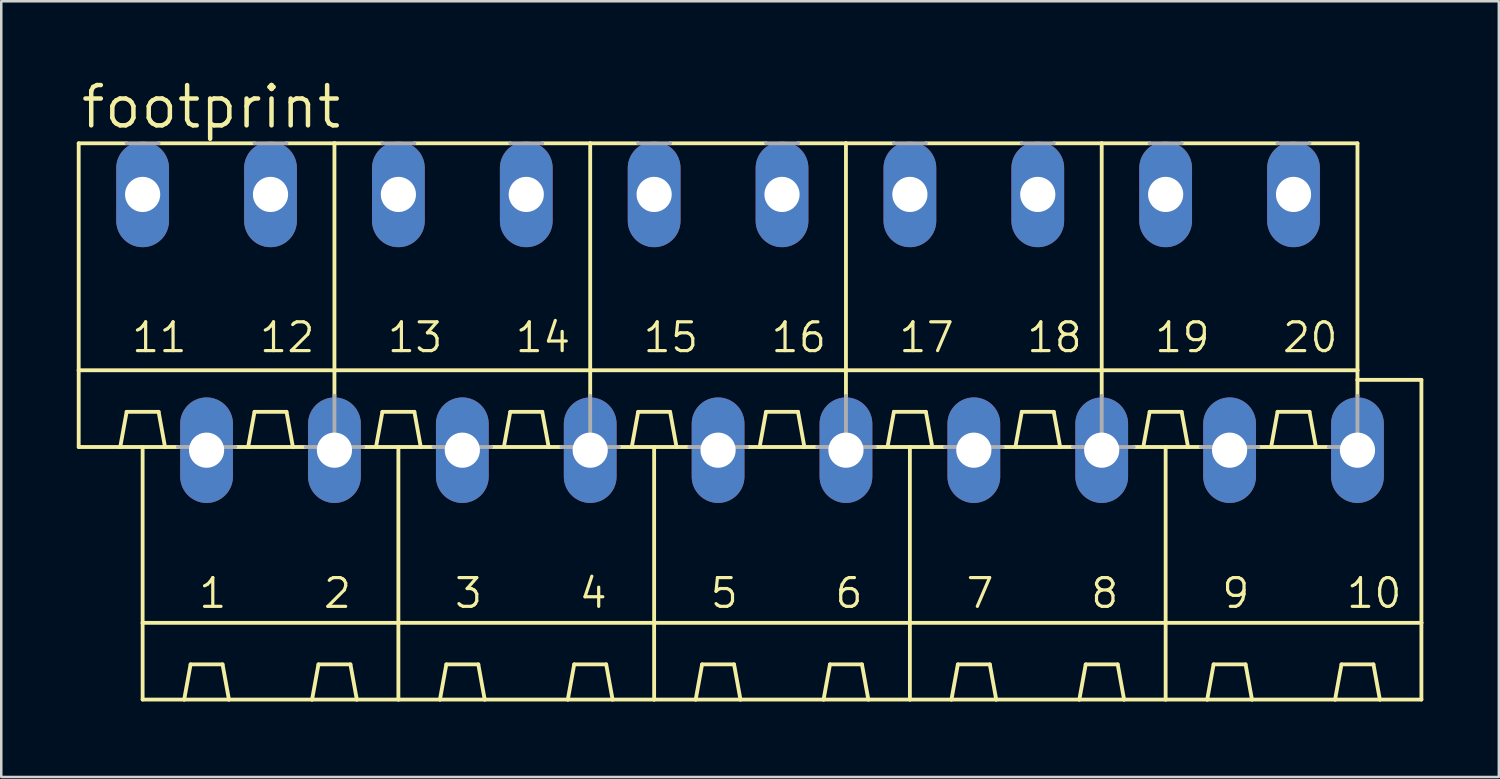
<source format=kicad_pcb>
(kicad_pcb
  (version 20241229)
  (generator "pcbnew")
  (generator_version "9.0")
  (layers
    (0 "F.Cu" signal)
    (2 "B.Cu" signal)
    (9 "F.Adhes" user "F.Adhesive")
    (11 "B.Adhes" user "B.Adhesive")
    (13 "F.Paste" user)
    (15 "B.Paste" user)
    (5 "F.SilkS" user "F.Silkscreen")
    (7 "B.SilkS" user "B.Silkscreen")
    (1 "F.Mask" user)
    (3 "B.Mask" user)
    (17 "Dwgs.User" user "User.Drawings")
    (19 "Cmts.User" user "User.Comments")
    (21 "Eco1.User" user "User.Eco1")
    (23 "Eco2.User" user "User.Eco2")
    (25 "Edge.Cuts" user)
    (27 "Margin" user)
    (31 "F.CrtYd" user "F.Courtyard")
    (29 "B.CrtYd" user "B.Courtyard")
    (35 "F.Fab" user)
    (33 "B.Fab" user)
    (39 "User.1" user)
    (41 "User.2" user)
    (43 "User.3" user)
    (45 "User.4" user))
  (footprint "footprint"
    (layer "F.Cu")
    (at 26.746 9.754)
    (property "Reference" "footprint" (at -26.67 -7.62 0) (layer "F.SilkS") (effects (font (size 1.6 1.6) (thickness 0.178)) (justify left bottom)))
    (fp_line (start -26.67 -7.112) (end -26.67 1.905) (stroke (width 0.152) (type solid)) (layer "F.SilkS"))
    (fp_line (start -26.67 -7.112) (end -24.765 -7.112) (stroke (width 0.152) (type solid)) (layer "F.SilkS"))
    (fp_line (start -26.67 1.905) (end -26.67 4.953) (stroke (width 0.152) (type solid)) (layer "F.SilkS"))
    (fp_line (start -26.67 1.905) (end -16.51 1.905) (stroke (width 0.152) (type solid)) (layer "F.SilkS"))
    (fp_line (start -26.67 4.953) (end -25.019 4.953) (stroke (width 0.152) (type solid)) (layer "F.SilkS"))
    (fp_line (start -25.019 4.953) (end -24.765 3.556) (stroke (width 0.152) (type solid)) (layer "F.SilkS"))
    (fp_line (start -25.019 4.953) (end -24.13 4.953) (stroke (width 0.152) (type solid)) (layer "F.SilkS"))
    (fp_line (start -24.765 3.556) (end -23.495 3.556) (stroke (width 0.152) (type solid)) (layer "F.SilkS"))
    (fp_line (start -24.13 4.953) (end -23.241 4.953) (stroke (width 0.152) (type solid)) (layer "F.SilkS"))
    (fp_line (start -24.13 11.938) (end -24.13 4.953) (stroke (width 0.152) (type solid)) (layer "F.SilkS"))
    (fp_line (start -24.13 11.938) (end -13.97 11.938) (stroke (width 0.152) (type solid)) (layer "F.SilkS"))
    (fp_line (start -24.13 14.986) (end -24.13 11.938) (stroke (width 0.152) (type solid)) (layer "F.SilkS"))
    (fp_line (start -24.13 14.986) (end -22.479 14.986) (stroke (width 0.152) (type solid)) (layer "F.SilkS"))
    (fp_line (start -23.495 -7.112) (end -19.685 -7.112) (stroke (width 0.152) (type solid)) (layer "F.SilkS"))
    (fp_line (start -23.495 3.556) (end -23.241 4.953) (stroke (width 0.152) (type solid)) (layer "F.SilkS"))
    (fp_line (start -22.733 4.953) (end -23.241 4.953) (stroke (width 0.152) (type solid)) (layer "F.SilkS"))
    (fp_line (start -22.479 14.986) (end -22.225 13.589) (stroke (width 0.152) (type solid)) (layer "F.SilkS"))
    (fp_line (start -22.479 14.986) (end -20.701 14.986) (stroke (width 0.152) (type solid)) (layer "F.SilkS"))
    (fp_line (start -22.225 13.589) (end -20.955 13.589) (stroke (width 0.152) (type solid)) (layer "F.SilkS"))
    (fp_line (start -20.955 13.589) (end -20.701 14.986) (stroke (width 0.152) (type solid)) (layer "F.SilkS"))
    (fp_line (start -20.701 14.986) (end -17.399 14.986) (stroke (width 0.152) (type solid)) (layer "F.SilkS"))
    (fp_line (start -19.939 4.953) (end -20.447 4.953) (stroke (width 0.152) (type solid)) (layer "F.SilkS"))
    (fp_line (start -19.939 4.953) (end -19.685 3.556) (stroke (width 0.152) (type solid)) (layer "F.SilkS"))
    (fp_line (start -19.939 4.953) (end -18.161 4.953) (stroke (width 0.152) (type solid)) (layer "F.SilkS"))
    (fp_line (start -19.685 3.556) (end -18.415 3.556) (stroke (width 0.152) (type solid)) (layer "F.SilkS"))
    (fp_line (start -18.415 -7.112) (end -16.51 -7.112) (stroke (width 0.152) (type solid)) (layer "F.SilkS"))
    (fp_line (start -18.415 3.556) (end -18.161 4.953) (stroke (width 0.152) (type solid)) (layer "F.SilkS"))
    (fp_line (start -18.161 4.953) (end -17.653 4.953) (stroke (width 0.152) (type solid)) (layer "F.SilkS"))
    (fp_line (start -17.399 14.986) (end -17.145 13.589) (stroke (width 0.152) (type solid)) (layer "F.SilkS"))
    (fp_line (start -17.399 14.986) (end -15.621 14.986) (stroke (width 0.152) (type solid)) (layer "F.SilkS"))
    (fp_line (start -17.145 13.589) (end -15.875 13.589) (stroke (width 0.152) (type solid)) (layer "F.SilkS"))
    (fp_line (start -16.51 -7.112) (end -16.51 1.905) (stroke (width 0.152) (type solid)) (layer "F.SilkS"))
    (fp_line (start -16.51 -7.112) (end -14.605 -7.112) (stroke (width 0.152) (type solid)) (layer "F.SilkS"))
    (fp_line (start -16.51 1.905) (end -16.51 2.921) (stroke (width 0.152) (type solid)) (layer "F.SilkS"))
    (fp_line (start -16.51 1.905) (end -6.35 1.905) (stroke (width 0.152) (type solid)) (layer "F.SilkS"))
    (fp_line (start -15.875 13.589) (end -15.621 14.986) (stroke (width 0.152) (type solid)) (layer "F.SilkS"))
    (fp_line (start -15.621 14.986) (end -13.97 14.986) (stroke (width 0.152) (type solid)) (layer "F.SilkS"))
    (fp_line (start -14.859 4.953) (end -15.367 4.953) (stroke (width 0.152) (type solid)) (layer "F.SilkS"))
    (fp_line (start -14.859 4.953) (end -14.605 3.556) (stroke (width 0.152) (type solid)) (layer "F.SilkS"))
    (fp_line (start -14.859 4.953) (end -13.97 4.953) (stroke (width 0.152) (type solid)) (layer "F.SilkS"))
    (fp_line (start -14.605 3.556) (end -13.335 3.556) (stroke (width 0.152) (type solid)) (layer "F.SilkS"))
    (fp_line (start -13.97 4.953) (end -13.081 4.953) (stroke (width 0.152) (type solid)) (layer "F.SilkS"))
    (fp_line (start -13.97 11.938) (end -13.97 4.953) (stroke (width 0.152) (type solid)) (layer "F.SilkS"))
    (fp_line (start -13.97 11.938) (end -3.81 11.938) (stroke (width 0.152) (type solid)) (layer "F.SilkS"))
    (fp_line (start -13.97 14.986) (end -13.97 11.938) (stroke (width 0.152) (type solid)) (layer "F.SilkS"))
    (fp_line (start -13.97 14.986) (end -12.319 14.986) (stroke (width 0.152) (type solid)) (layer "F.SilkS"))
    (fp_line (start -13.335 -7.112) (end -9.525 -7.112) (stroke (width 0.152) (type solid)) (layer "F.SilkS"))
    (fp_line (start -13.335 3.556) (end -13.081 4.953) (stroke (width 0.152) (type solid)) (layer "F.SilkS"))
    (fp_line (start -12.573 4.953) (end -13.081 4.953) (stroke (width 0.152) (type solid)) (layer "F.SilkS"))
    (fp_line (start -12.319 14.986) (end -12.065 13.589) (stroke (width 0.152) (type solid)) (layer "F.SilkS"))
    (fp_line (start -12.319 14.986) (end -10.541 14.986) (stroke (width 0.152) (type solid)) (layer "F.SilkS"))
    (fp_line (start -12.065 13.589) (end -10.795 13.589) (stroke (width 0.152) (type solid)) (layer "F.SilkS"))
    (fp_line (start -10.795 13.589) (end -10.541 14.986) (stroke (width 0.152) (type solid)) (layer "F.SilkS"))
    (fp_line (start -10.541 14.986) (end -7.239 14.986) (stroke (width 0.152) (type solid)) (layer "F.SilkS"))
    (fp_line (start -9.779 4.953) (end -10.287 4.953) (stroke (width 0.152) (type solid)) (layer "F.SilkS"))
    (fp_line (start -9.779 4.953) (end -9.525 3.556) (stroke (width 0.152) (type solid)) (layer "F.SilkS"))
    (fp_line (start -9.779 4.953) (end -8.001 4.953) (stroke (width 0.152) (type solid)) (layer "F.SilkS"))
    (fp_line (start -9.525 3.556) (end -8.255 3.556) (stroke (width 0.152) (type solid)) (layer "F.SilkS"))
    (fp_line (start -8.255 -7.112) (end -6.35 -7.112) (stroke (width 0.152) (type solid)) (layer "F.SilkS"))
    (fp_line (start -8.255 3.556) (end -8.001 4.953) (stroke (width 0.152) (type solid)) (layer "F.SilkS"))
    (fp_line (start -8.001 4.953) (end -7.493 4.953) (stroke (width 0.152) (type solid)) (layer "F.SilkS"))
    (fp_line (start -7.239 14.986) (end -6.985 13.589) (stroke (width 0.152) (type solid)) (layer "F.SilkS"))
    (fp_line (start -7.239 14.986) (end -5.461 14.986) (stroke (width 0.152) (type solid)) (layer "F.SilkS"))
    (fp_line (start -6.985 13.589) (end -5.715 13.589) (stroke (width 0.152) (type solid)) (layer "F.SilkS"))
    (fp_line (start -6.35 -7.112) (end -6.35 1.905) (stroke (width 0.152) (type solid)) (layer "F.SilkS"))
    (fp_line (start -6.35 -7.112) (end -4.445 -7.112) (stroke (width 0.152) (type solid)) (layer "F.SilkS"))
    (fp_line (start -6.35 1.905) (end -6.35 2.921) (stroke (width 0.152) (type solid)) (layer "F.SilkS"))
    (fp_line (start -6.35 1.905) (end 3.81 1.905) (stroke (width 0.152) (type solid)) (layer "F.SilkS"))
    (fp_line (start -5.715 13.589) (end -5.461 14.986) (stroke (width 0.152) (type solid)) (layer "F.SilkS"))
    (fp_line (start -5.461 14.986) (end -3.81 14.986) (stroke (width 0.152) (type solid)) (layer "F.SilkS"))
    (fp_line (start -5.207 4.953) (end -4.699 4.953) (stroke (width 0.152) (type solid)) (layer "F.SilkS"))
    (fp_line (start -4.699 4.953) (end -4.445 3.556) (stroke (width 0.152) (type solid)) (layer "F.SilkS"))
    (fp_line (start -4.699 4.953) (end -3.81 4.953) (stroke (width 0.152) (type solid)) (layer "F.SilkS"))
    (fp_line (start -4.445 3.556) (end -3.175 3.556) (stroke (width 0.152) (type solid)) (layer "F.SilkS"))
    (fp_line (start -3.81 4.953) (end -2.921 4.953) (stroke (width 0.152) (type solid)) (layer "F.SilkS"))
    (fp_line (start -3.81 11.938) (end -3.81 4.953) (stroke (width 0.152) (type solid)) (layer "F.SilkS"))
    (fp_line (start -3.81 11.938) (end 6.35 11.938) (stroke (width 0.152) (type solid)) (layer "F.SilkS"))
    (fp_line (start -3.81 14.986) (end -3.81 11.938) (stroke (width 0.152) (type solid)) (layer "F.SilkS"))
    (fp_line (start -3.81 14.986) (end -2.159 14.986) (stroke (width 0.152) (type solid)) (layer "F.SilkS"))
    (fp_line (start -3.175 -7.112) (end 0.635 -7.112) (stroke (width 0.152) (type solid)) (layer "F.SilkS"))
    (fp_line (start -3.175 3.556) (end -2.921 4.953) (stroke (width 0.152) (type solid)) (layer "F.SilkS"))
    (fp_line (start -2.413 4.953) (end -2.921 4.953) (stroke (width 0.152) (type solid)) (layer "F.SilkS"))
    (fp_line (start -2.159 14.986) (end -1.905 13.589) (stroke (width 0.152) (type solid)) (layer "F.SilkS"))
    (fp_line (start -2.159 14.986) (end -0.381 14.986) (stroke (width 0.152) (type solid)) (layer "F.SilkS"))
    (fp_line (start -1.905 13.589) (end -0.635 13.589) (stroke (width 0.152) (type solid)) (layer "F.SilkS"))
    (fp_line (start -0.635 13.589) (end -0.381 14.986) (stroke (width 0.152) (type solid)) (layer "F.SilkS"))
    (fp_line (start -0.381 14.986) (end 2.921 14.986) (stroke (width 0.152) (type solid)) (layer "F.SilkS"))
    (fp_line (start 0.381 4.953) (end -0.127 4.953) (stroke (width 0.152) (type solid)) (layer "F.SilkS"))
    (fp_line (start 0.381 4.953) (end 0.635 3.556) (stroke (width 0.152) (type solid)) (layer "F.SilkS"))
    (fp_line (start 0.381 4.953) (end 2.159 4.953) (stroke (width 0.152) (type solid)) (layer "F.SilkS"))
    (fp_line (start 0.635 3.556) (end 1.905 3.556) (stroke (width 0.152) (type solid)) (layer "F.SilkS"))
    (fp_line (start 1.905 -7.112) (end 3.81 -7.112) (stroke (width 0.152) (type solid)) (layer "F.SilkS"))
    (fp_line (start 1.905 3.556) (end 2.159 4.953) (stroke (width 0.152) (type solid)) (layer "F.SilkS"))
    (fp_line (start 2.159 4.953) (end 2.667 4.953) (stroke (width 0.152) (type solid)) (layer "F.SilkS"))
    (fp_line (start 2.921 14.986) (end 3.175 13.589) (stroke (width 0.152) (type solid)) (layer "F.SilkS"))
    (fp_line (start 2.921 14.986) (end 4.699 14.986) (stroke (width 0.152) (type solid)) (layer "F.SilkS"))
    (fp_line (start 3.175 13.589) (end 4.445 13.589) (stroke (width 0.152) (type solid)) (layer "F.SilkS"))
    (fp_line (start 3.81 -7.112) (end 3.81 1.905) (stroke (width 0.152) (type solid)) (layer "F.SilkS"))
    (fp_line (start 3.81 -7.112) (end 5.715 -7.112) (stroke (width 0.152) (type solid)) (layer "F.SilkS"))
    (fp_line (start 3.81 1.905) (end 3.81 2.921) (stroke (width 0.152) (type solid)) (layer "F.SilkS"))
    (fp_line (start 3.81 1.905) (end 13.97 1.905) (stroke (width 0.152) (type solid)) (layer "F.SilkS"))
    (fp_line (start 4.445 13.589) (end 4.699 14.986) (stroke (width 0.152) (type solid)) (layer "F.SilkS"))
    (fp_line (start 4.699 14.986) (end 6.35 14.986) (stroke (width 0.152) (type solid)) (layer "F.SilkS"))
    (fp_line (start 4.953 4.953) (end 5.461 4.953) (stroke (width 0.152) (type solid)) (layer "F.SilkS"))
    (fp_line (start 5.461 4.953) (end 5.715 3.556) (stroke (width 0.152) (type solid)) (layer "F.SilkS"))
    (fp_line (start 5.461 4.953) (end 6.35 4.953) (stroke (width 0.152) (type solid)) (layer "F.SilkS"))
    (fp_line (start 5.715 3.556) (end 6.985 3.556) (stroke (width 0.152) (type solid)) (layer "F.SilkS"))
    (fp_line (start 6.35 4.953) (end 7.239 4.953) (stroke (width 0.152) (type solid)) (layer "F.SilkS"))
    (fp_line (start 6.35 11.938) (end 6.35 4.953) (stroke (width 0.152) (type solid)) (layer "F.SilkS"))
    (fp_line (start 6.35 11.938) (end 16.51 11.938) (stroke (width 0.152) (type solid)) (layer "F.SilkS"))
    (fp_line (start 6.35 14.986) (end 6.35 11.938) (stroke (width 0.152) (type solid)) (layer "F.SilkS"))
    (fp_line (start 6.35 14.986) (end 8.001 14.986) (stroke (width 0.152) (type solid)) (layer "F.SilkS"))
    (fp_line (start 6.985 -7.112) (end 10.795 -7.112) (stroke (width 0.152) (type solid)) (layer "F.SilkS"))
    (fp_line (start 6.985 3.556) (end 7.239 4.953) (stroke (width 0.152) (type solid)) (layer "F.SilkS"))
    (fp_line (start 7.747 4.953) (end 7.239 4.953) (stroke (width 0.152) (type solid)) (layer "F.SilkS"))
    (fp_line (start 8.001 14.986) (end 8.255 13.589) (stroke (width 0.152) (type solid)) (layer "F.SilkS"))
    (fp_line (start 8.001 14.986) (end 9.779 14.986) (stroke (width 0.152) (type solid)) (layer "F.SilkS"))
    (fp_line (start 8.255 13.589) (end 9.525 13.589) (stroke (width 0.152) (type solid)) (layer "F.SilkS"))
    (fp_line (start 9.525 13.589) (end 9.779 14.986) (stroke (width 0.152) (type solid)) (layer "F.SilkS"))
    (fp_line (start 9.779 14.986) (end 13.081 14.986) (stroke (width 0.152) (type solid)) (layer "F.SilkS"))
    (fp_line (start 10.541 4.953) (end 10.033 4.953) (stroke (width 0.152) (type solid)) (layer "F.SilkS"))
    (fp_line (start 10.541 4.953) (end 10.795 3.556) (stroke (width 0.152) (type solid)) (layer "F.SilkS"))
    (fp_line (start 10.541 4.953) (end 12.319 4.953) (stroke (width 0.152) (type solid)) (layer "F.SilkS"))
    (fp_line (start 10.795 3.556) (end 12.065 3.556) (stroke (width 0.152) (type solid)) (layer "F.SilkS"))
    (fp_line (start 12.065 -7.112) (end 13.97 -7.112) (stroke (width 0.152) (type solid)) (layer "F.SilkS"))
    (fp_line (start 12.065 3.556) (end 12.319 4.953) (stroke (width 0.152) (type solid)) (layer "F.SilkS"))
    (fp_line (start 12.319 4.953) (end 12.827 4.953) (stroke (width 0.152) (type solid)) (layer "F.SilkS"))
    (fp_line (start 13.081 14.986) (end 13.335 13.589) (stroke (width 0.152) (type solid)) (layer "F.SilkS"))
    (fp_line (start 13.081 14.986) (end 14.859 14.986) (stroke (width 0.152) (type solid)) (layer "F.SilkS"))
    (fp_line (start 13.335 13.589) (end 14.605 13.589) (stroke (width 0.152) (type solid)) (layer "F.SilkS"))
    (fp_line (start 13.97 -7.112) (end 13.97 1.905) (stroke (width 0.152) (type solid)) (layer "F.SilkS"))
    (fp_line (start 13.97 -7.112) (end 15.875 -7.112) (stroke (width 0.152) (type solid)) (layer "F.SilkS"))
    (fp_line (start 13.97 1.905) (end 13.97 2.921) (stroke (width 0.152) (type solid)) (layer "F.SilkS"))
    (fp_line (start 13.97 1.905) (end 24.13 1.905) (stroke (width 0.152) (type solid)) (layer "F.SilkS"))
    (fp_line (start 14.605 13.589) (end 14.859 14.986) (stroke (width 0.152) (type solid)) (layer "F.SilkS"))
    (fp_line (start 14.859 14.986) (end 16.51 14.986) (stroke (width 0.152) (type solid)) (layer "F.SilkS"))
    (fp_line (start 15.24 4.953) (end 15.621 4.953) (stroke (width 0.152) (type solid)) (layer "F.SilkS"))
    (fp_line (start 15.621 4.953) (end 15.875 3.556) (stroke (width 0.152) (type solid)) (layer "F.SilkS"))
    (fp_line (start 15.621 4.953) (end 16.51 4.953) (stroke (width 0.152) (type solid)) (layer "F.SilkS"))
    (fp_line (start 15.875 3.556) (end 17.145 3.556) (stroke (width 0.152) (type solid)) (layer "F.SilkS"))
    (fp_line (start 16.51 4.953) (end 16.51 11.938) (stroke (width 0.152) (type solid)) (layer "F.SilkS"))
    (fp_line (start 16.51 4.953) (end 17.399 4.953) (stroke (width 0.152) (type solid)) (layer "F.SilkS"))
    (fp_line (start 16.51 11.938) (end 26.67 11.938) (stroke (width 0.152) (type solid)) (layer "F.SilkS"))
    (fp_line (start 16.51 14.986) (end 16.51 11.938) (stroke (width 0.152) (type solid)) (layer "F.SilkS"))
    (fp_line (start 16.51 14.986) (end 18.161 14.986) (stroke (width 0.152) (type solid)) (layer "F.SilkS"))
    (fp_line (start 17.145 -7.112) (end 20.955 -7.112) (stroke (width 0.152) (type solid)) (layer "F.SilkS"))
    (fp_line (start 17.145 3.556) (end 17.399 4.953) (stroke (width 0.152) (type solid)) (layer "F.SilkS"))
    (fp_line (start 17.907 4.953) (end 17.399 4.953) (stroke (width 0.152) (type solid)) (layer "F.SilkS"))
    (fp_line (start 18.161 14.986) (end 18.415 13.589) (stroke (width 0.152) (type solid)) (layer "F.SilkS"))
    (fp_line (start 18.161 14.986) (end 19.939 14.986) (stroke (width 0.152) (type solid)) (layer "F.SilkS"))
    (fp_line (start 18.415 13.589) (end 19.685 13.589) (stroke (width 0.152) (type solid)) (layer "F.SilkS"))
    (fp_line (start 19.685 13.589) (end 19.939 14.986) (stroke (width 0.152) (type solid)) (layer "F.SilkS"))
    (fp_line (start 19.939 14.986) (end 23.241 14.986) (stroke (width 0.152) (type solid)) (layer "F.SilkS"))
    (fp_line (start 20.701 4.953) (end 20.193 4.953) (stroke (width 0.152) (type solid)) (layer "F.SilkS"))
    (fp_line (start 20.701 4.953) (end 20.955 3.556) (stroke (width 0.152) (type solid)) (layer "F.SilkS"))
    (fp_line (start 20.701 4.953) (end 22.479 4.953) (stroke (width 0.152) (type solid)) (layer "F.SilkS"))
    (fp_line (start 20.955 3.556) (end 22.225 3.556) (stroke (width 0.152) (type solid)) (layer "F.SilkS"))
    (fp_line (start 22.225 -7.112) (end 24.13 -7.112) (stroke (width 0.152) (type solid)) (layer "F.SilkS"))
    (fp_line (start 22.225 3.556) (end 22.479 4.953) (stroke (width 0.152) (type solid)) (layer "F.SilkS"))
    (fp_line (start 22.479 4.953) (end 22.987 4.953) (stroke (width 0.152) (type solid)) (layer "F.SilkS"))
    (fp_line (start 23.241 14.986) (end 23.495 13.589) (stroke (width 0.152) (type solid)) (layer "F.SilkS"))
    (fp_line (start 23.241 14.986) (end 25.019 14.986) (stroke (width 0.152) (type solid)) (layer "F.SilkS"))
    (fp_line (start 23.495 13.589) (end 24.765 13.589) (stroke (width 0.152) (type solid)) (layer "F.SilkS"))
    (fp_line (start 24.13 -7.112) (end 24.13 1.905) (stroke (width 0.152) (type solid)) (layer "F.SilkS"))
    (fp_line (start 24.13 1.905) (end 24.13 2.286) (stroke (width 0.152) (type solid)) (layer "F.SilkS"))
    (fp_line (start 24.13 2.286) (end 24.13 2.921) (stroke (width 0.152) (type solid)) (layer "F.SilkS"))
    (fp_line (start 24.765 13.589) (end 25.019 14.986) (stroke (width 0.152) (type solid)) (layer "F.SilkS"))
    (fp_line (start 25.019 14.986) (end 26.67 14.986) (stroke (width 0.152) (type solid)) (layer "F.SilkS"))
    (fp_line (start 26.67 2.286) (end 24.13 2.286) (stroke (width 0.152) (type solid)) (layer "F.SilkS"))
    (fp_line (start 26.67 2.286) (end 26.67 11.938) (stroke (width 0.152) (type solid)) (layer "F.SilkS"))
    (fp_line (start 26.67 11.938) (end 26.67 14.986) (stroke (width 0.152) (type solid)) (layer "F.SilkS"))
    (fp_line (start -24.765 -7.112) (end -23.495 -7.112) (stroke (width 0.152) (type solid)) (layer "F.Fab"))
    (fp_line (start -22.733 4.953) (end -20.447 4.953) (stroke (width 0.152) (type solid)) (layer "F.Fab"))
    (fp_line (start -19.685 -7.112) (end -18.415 -7.112) (stroke (width 0.152) (type solid)) (layer "F.Fab"))
    (fp_line (start -17.653 4.953) (end -16.51 4.953) (stroke (width 0.152) (type solid)) (layer "F.Fab"))
    (fp_line (start -16.51 2.921) (end -16.51 4.953) (stroke (width 0.152) (type solid)) (layer "F.Fab"))
    (fp_line (start -15.367 4.953) (end -16.51 4.953) (stroke (width 0.152) (type solid)) (layer "F.Fab"))
    (fp_line (start -14.605 -7.112) (end -13.335 -7.112) (stroke (width 0.152) (type solid)) (layer "F.Fab"))
    (fp_line (start -12.573 4.953) (end -10.287 4.953) (stroke (width 0.152) (type solid)) (layer "F.Fab"))
    (fp_line (start -9.525 -7.112) (end -8.255 -7.112) (stroke (width 0.152) (type solid)) (layer "F.Fab"))
    (fp_line (start -7.493 4.953) (end -6.35 4.953) (stroke (width 0.152) (type solid)) (layer "F.Fab"))
    (fp_line (start -6.35 2.921) (end -6.35 4.953) (stroke (width 0.152) (type solid)) (layer "F.Fab"))
    (fp_line (start -6.35 4.953) (end -5.207 4.953) (stroke (width 0.152) (type solid)) (layer "F.Fab"))
    (fp_line (start -4.445 -7.112) (end -3.175 -7.112) (stroke (width 0.152) (type solid)) (layer "F.Fab"))
    (fp_line (start -2.413 4.953) (end -0.127 4.953) (stroke (width 0.152) (type solid)) (layer "F.Fab"))
    (fp_line (start 0.635 -7.112) (end 1.905 -7.112) (stroke (width 0.152) (type solid)) (layer "F.Fab"))
    (fp_line (start 2.667 4.953) (end 3.81 4.953) (stroke (width 0.152) (type solid)) (layer "F.Fab"))
    (fp_line (start 3.81 2.921) (end 3.81 4.953) (stroke (width 0.152) (type solid)) (layer "F.Fab"))
    (fp_line (start 3.81 4.953) (end 4.953 4.953) (stroke (width 0.152) (type solid)) (layer "F.Fab"))
    (fp_line (start 5.715 -7.112) (end 6.985 -7.112) (stroke (width 0.152) (type solid)) (layer "F.Fab"))
    (fp_line (start 7.747 4.953) (end 10.033 4.953) (stroke (width 0.152) (type solid)) (layer "F.Fab"))
    (fp_line (start 10.795 -7.112) (end 12.065 -7.112) (stroke (width 0.152) (type solid)) (layer "F.Fab"))
    (fp_line (start 12.827 4.953) (end 13.97 4.953) (stroke (width 0.152) (type solid)) (layer "F.Fab"))
    (fp_line (start 13.97 2.921) (end 13.97 4.953) (stroke (width 0.152) (type solid)) (layer "F.Fab"))
    (fp_line (start 13.97 4.953) (end 15.24 4.953) (stroke (width 0.152) (type solid)) (layer "F.Fab"))
    (fp_line (start 15.875 -7.112) (end 17.145 -7.112) (stroke (width 0.152) (type solid)) (layer "F.Fab"))
    (fp_line (start 17.907 4.953) (end 20.193 4.953) (stroke (width 0.152) (type solid)) (layer "F.Fab"))
    (fp_line (start 20.955 -7.112) (end 22.225 -7.112) (stroke (width 0.152) (type solid)) (layer "F.Fab"))
    (fp_line (start 22.987 4.953) (end 24.13 4.953) (stroke (width 0.152) (type solid)) (layer "F.Fab"))
    (fp_line (start 24.13 2.921) (end 24.13 4.953) (stroke (width 0.152) (type solid)) (layer "F.Fab"))
    (fp_text user "12" (at -19.558 1.27 0) (layer "F.SilkS") (effects (font (size 1.143 1.143) (thickness 0.127)) (justify left bottom)))
    (fp_text user "1" (at -21.971 11.43 0) (layer "F.SilkS") (effects (font (size 1.143 1.143) (thickness 0.127)) (justify left bottom)))
    (fp_text user "17" (at 5.842 1.27 0) (layer "F.SilkS") (effects (font (size 1.143 1.143) (thickness 0.127)) (justify left bottom)))
    (fp_text user "11" (at -24.638 1.27 0) (layer "F.SilkS") (effects (font (size 1.143 1.143) (thickness 0.127)) (justify left bottom)))
    (fp_text user "19" (at 16.002 1.27 0) (layer "F.SilkS") (effects (font (size 1.143 1.143) (thickness 0.127)) (justify left bottom)))
    (fp_text user "9" (at 18.669 11.43 0) (layer "F.SilkS") (effects (font (size 1.143 1.143) (thickness 0.127)) (justify left bottom)))
    (fp_text user "15" (at -4.318 1.27 0) (layer "F.SilkS") (effects (font (size 1.143 1.143) (thickness 0.127)) (justify left bottom)))
    (fp_text user "20" (at 21.082 1.27 0) (layer "F.SilkS") (effects (font (size 1.143 1.143) (thickness 0.127)) (justify left bottom)))
    (fp_text user "10" (at 23.622 11.43 0) (layer "F.SilkS") (effects (font (size 1.143 1.143) (thickness 0.127)) (justify left bottom)))
    (fp_text user "7" (at 8.509 11.43 0) (layer "F.SilkS") (effects (font (size 1.143 1.143) (thickness 0.127)) (justify left bottom)))
    (fp_text user "5" (at -1.651 11.43 0) (layer "F.SilkS") (effects (font (size 1.143 1.143) (thickness 0.127)) (justify left bottom)))
    (fp_text user "4" (at -6.858 11.43 0) (layer "F.SilkS") (effects (font (size 1.143 1.143) (thickness 0.127)) (justify left bottom)))
    (fp_text user "18" (at 10.922 1.27 0) (layer "F.SilkS") (effects (font (size 1.143 1.143) (thickness 0.127)) (justify left bottom)))
    (fp_text user "14" (at -9.398 1.27 0) (layer "F.SilkS") (effects (font (size 1.143 1.143) (thickness 0.127)) (justify left bottom)))
    (fp_text user "3" (at -11.811 11.43 0) (layer "F.SilkS") (effects (font (size 1.143 1.143) (thickness 0.127)) (justify left bottom)))
    (fp_text user "2" (at -17.018 11.43 0) (layer "F.SilkS") (effects (font (size 1.143 1.143) (thickness 0.127)) (justify left bottom)))
    (fp_text user "16" (at 0.762 1.27 0) (layer "F.SilkS") (effects (font (size 1.143 1.143) (thickness 0.127)) (justify left bottom)))
    (fp_text user "8" (at 13.462 11.43 0) (layer "F.SilkS") (effects (font (size 1.143 1.143) (thickness 0.127)) (justify left bottom)))
    (fp_text user "6" (at 3.302 11.43 0) (layer "F.SilkS") (effects (font (size 1.143 1.143) (thickness 0.127)) (justify left bottom)))
    (fp_text user "13" (at -14.478 1.27 0) (layer "F.SilkS") (effects (font (size 1.143 1.143) (thickness 0.127)) (justify left bottom)))
    (pad "1" thru_hole oval (at -21.59 5.08 90) (size 4.191 2.095) (drill 1.397) (layers "*.Cu" "*.Mask"))
    (pad "2" thru_hole oval (at -16.51 5.08 90) (size 4.191 2.095) (drill 1.397) (layers "*.Cu" "*.Mask"))
    (pad "3" thru_hole oval (at -11.43 5.08 90) (size 4.191 2.095) (drill 1.397) (layers "*.Cu" "*.Mask"))
    (pad "4" thru_hole oval (at -6.35 5.08 90) (size 4.191 2.095) (drill 1.397) (layers "*.Cu" "*.Mask"))
    (pad "5" thru_hole oval (at -1.27 5.08 90) (size 4.191 2.095) (drill 1.397) (layers "*.Cu" "*.Mask"))
    (pad "6" thru_hole oval (at 3.81 5.08 90) (size 4.191 2.095) (drill 1.397) (layers "*.Cu" "*.Mask"))
    (pad "7" thru_hole oval (at 8.89 5.08 90) (size 4.191 2.095) (drill 1.397) (layers "*.Cu" "*.Mask"))
    (pad "8" thru_hole oval (at 13.97 5.08 90) (size 4.191 2.095) (drill 1.397) (layers "*.Cu" "*.Mask"))
    (pad "9" thru_hole oval (at 19.05 5.08 90) (size 4.191 2.095) (drill 1.397) (layers "*.Cu" "*.Mask"))
    (pad "10" thru_hole oval (at 24.13 5.08 90) (size 4.191 2.095) (drill 1.397) (layers "*.Cu" "*.Mask"))
    (pad "11" thru_hole oval (at -24.13 -5.08 90) (size 4.191 2.095) (drill 1.397) (layers "*.Cu" "*.Mask"))
    (pad "12" thru_hole oval (at -19.05 -5.08 90) (size 4.191 2.095) (drill 1.397) (layers "*.Cu" "*.Mask"))
    (pad "13" thru_hole oval (at -13.97 -5.08 90) (size 4.191 2.095) (drill 1.397) (layers "*.Cu" "*.Mask"))
    (pad "14" thru_hole oval (at -8.89 -5.08 90) (size 4.191 2.095) (drill 1.397) (layers "*.Cu" "*.Mask"))
    (pad "15" thru_hole oval (at -3.81 -5.08 90) (size 4.191 2.095) (drill 1.397) (layers "*.Cu" "*.Mask"))
    (pad "16" thru_hole oval (at 1.27 -5.08 90) (size 4.191 2.095) (drill 1.397) (layers "*.Cu" "*.Mask"))
    (pad "17" thru_hole oval (at 6.35 -5.08 90) (size 4.191 2.095) (drill 1.397) (layers "*.Cu" "*.Mask"))
    (pad "18" thru_hole oval (at 11.43 -5.08 90) (size 4.191 2.095) (drill 1.397) (layers "*.Cu" "*.Mask"))
    (pad "19" thru_hole oval (at 16.51 -5.08 90) (size 4.191 2.095) (drill 1.397) (layers "*.Cu" "*.Mask"))
    (pad "20" thru_hole oval (at 21.59 -5.08 90) (size 4.191 2.095) (drill 1.397) (layers "*.Cu" "*.Mask")))
  (gr_rect
    (start -3 -3)
    (end 56.492 27.816)
    (stroke (width 0.1) (type default))
    (fill no)
    (layer "Edge.Cuts")))
</source>
